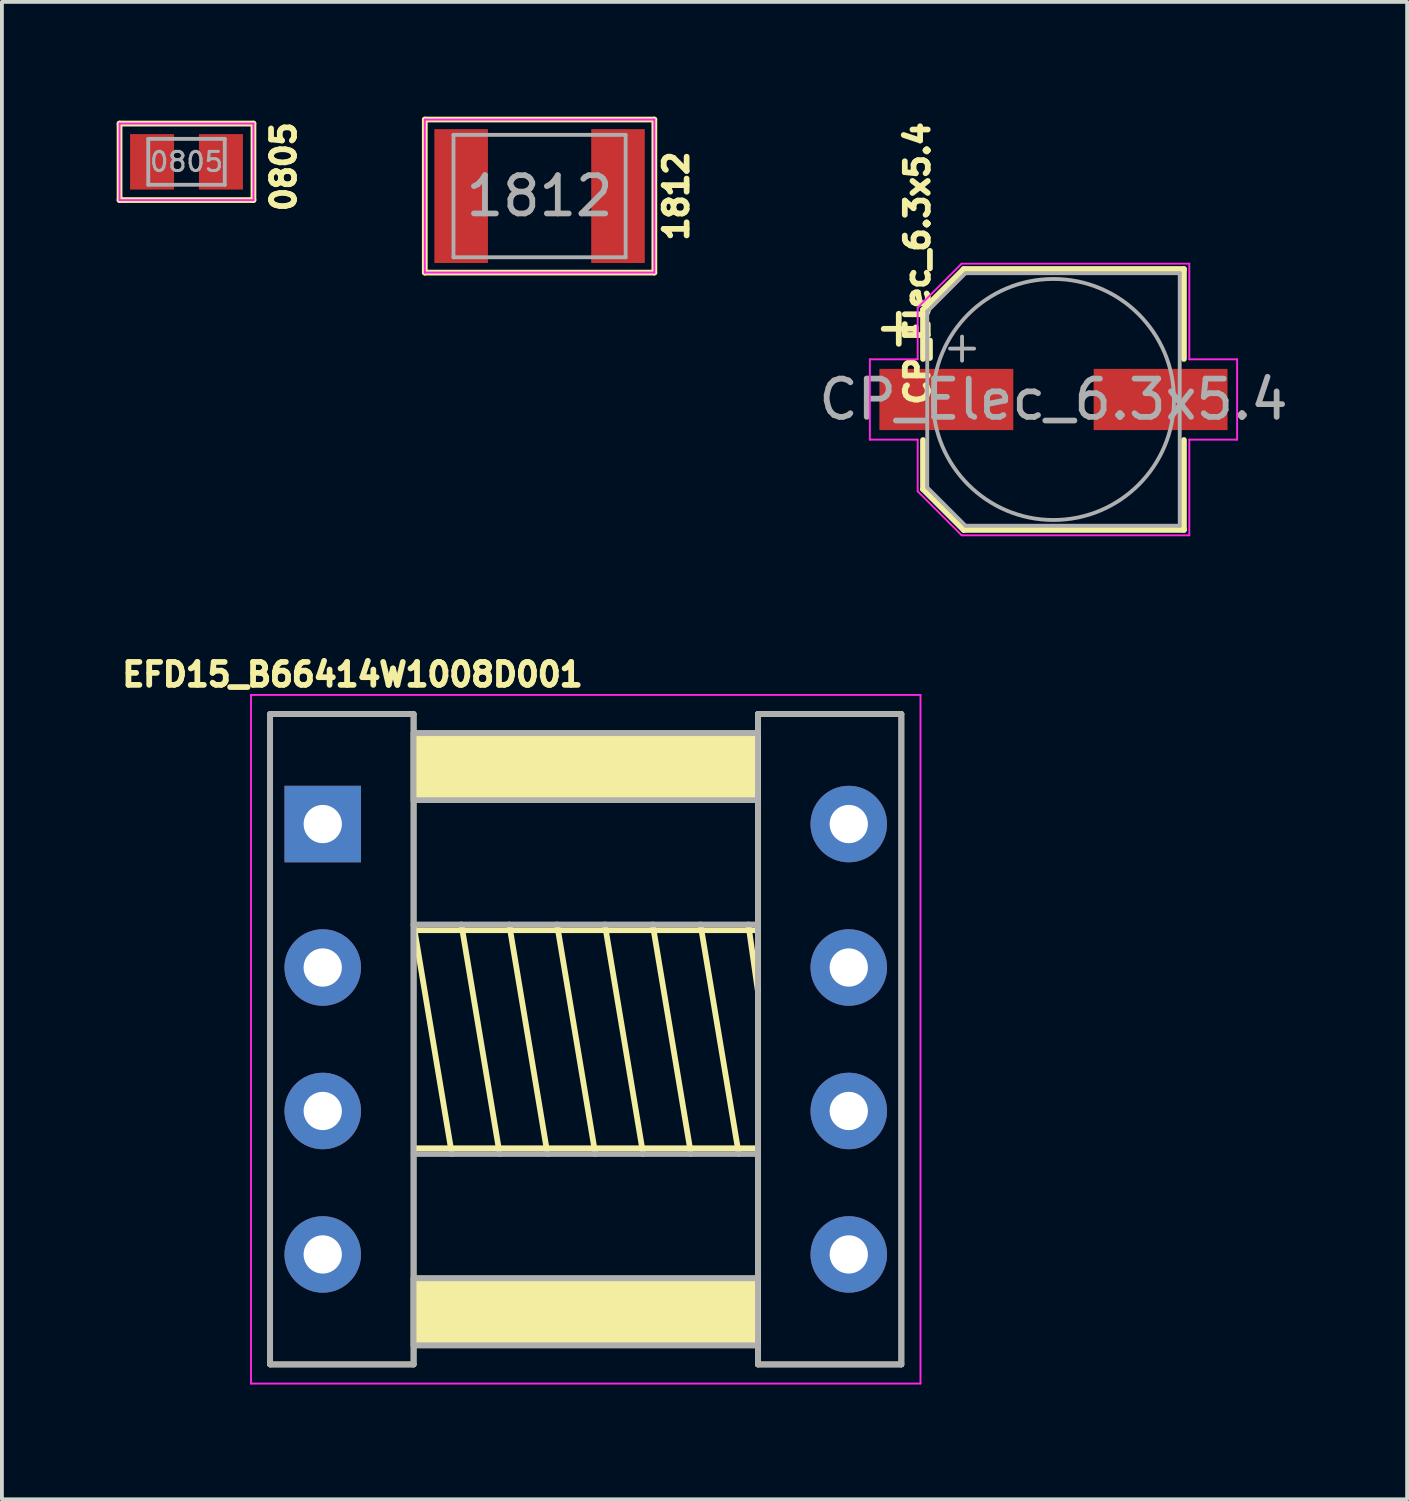
<source format=kicad_pcb>
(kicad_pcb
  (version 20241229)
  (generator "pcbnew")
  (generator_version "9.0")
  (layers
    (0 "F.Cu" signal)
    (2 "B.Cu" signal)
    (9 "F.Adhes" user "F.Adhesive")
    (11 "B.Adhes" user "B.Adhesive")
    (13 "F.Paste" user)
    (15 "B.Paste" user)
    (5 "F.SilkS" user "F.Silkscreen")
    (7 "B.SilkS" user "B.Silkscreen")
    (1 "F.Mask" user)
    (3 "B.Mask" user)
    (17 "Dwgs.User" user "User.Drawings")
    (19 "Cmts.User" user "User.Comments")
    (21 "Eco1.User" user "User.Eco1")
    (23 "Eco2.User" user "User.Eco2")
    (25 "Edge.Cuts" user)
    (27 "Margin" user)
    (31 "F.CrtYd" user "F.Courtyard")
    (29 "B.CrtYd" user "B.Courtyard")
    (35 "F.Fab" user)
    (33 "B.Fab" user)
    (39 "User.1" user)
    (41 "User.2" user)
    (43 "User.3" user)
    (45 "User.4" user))
  (footprint "CP_Elec_6.3x5.4"
    (layer "F.Cu")
    (at 24.487 7.392)
    (property "Reference" "CP_Elec_6.3x5.4" (at -3.556 -3.556 90) (layer "F.SilkS") (effects (font (size 0.6 0.6) (thickness 0.15))))
    (attr smd)
    (fp_line (start -4.438 -1.847) (end -3.65 -1.847) (stroke (width 0.15) (type solid)) (layer "F.SilkS"))
    (fp_line (start -4.044 -2.241) (end -4.044 -1.454) (stroke (width 0.15) (type solid)) (layer "F.SilkS"))
    (fp_line (start -3.41 -2.346) (end -3.41 -1.06) (stroke (width 0.15) (type solid)) (layer "F.SilkS"))
    (fp_line (start -3.41 -2.346) (end -2.346 -3.41) (stroke (width 0.15) (type solid)) (layer "F.SilkS"))
    (fp_line (start -3.41 2.346) (end -3.41 1.06) (stroke (width 0.15) (type solid)) (layer "F.SilkS"))
    (fp_line (start -3.41 2.346) (end -2.346 3.41) (stroke (width 0.15) (type solid)) (layer "F.SilkS"))
    (fp_line (start -2.346 -3.41) (end 3.41 -3.41) (stroke (width 0.15) (type solid)) (layer "F.SilkS"))
    (fp_line (start -2.346 3.41) (end 3.41 3.41) (stroke (width 0.15) (type solid)) (layer "F.SilkS"))
    (fp_line (start 3.41 -3.41) (end 3.41 -1.06) (stroke (width 0.15) (type solid)) (layer "F.SilkS"))
    (fp_line (start 3.41 3.41) (end 3.41 1.06) (stroke (width 0.15) (type solid)) (layer "F.SilkS"))
    (fp_line (start -4.8 -1.05) (end -4.8 1.05) (stroke (width 0.05) (type solid)) (layer "F.CrtYd"))
    (fp_line (start -4.8 1.05) (end -3.55 1.05) (stroke (width 0.05) (type solid)) (layer "F.CrtYd"))
    (fp_line (start -3.55 -2.4) (end -3.55 -1.05) (stroke (width 0.05) (type solid)) (layer "F.CrtYd"))
    (fp_line (start -3.55 -2.4) (end -2.4 -3.55) (stroke (width 0.05) (type solid)) (layer "F.CrtYd"))
    (fp_line (start -3.55 -1.05) (end -4.8 -1.05) (stroke (width 0.05) (type solid)) (layer "F.CrtYd"))
    (fp_line (start -3.55 1.05) (end -3.55 2.4) (stroke (width 0.05) (type solid)) (layer "F.CrtYd"))
    (fp_line (start -3.55 2.4) (end -2.4 3.55) (stroke (width 0.05) (type solid)) (layer "F.CrtYd"))
    (fp_line (start -2.4 -3.55) (end 3.55 -3.55) (stroke (width 0.05) (type solid)) (layer "F.CrtYd"))
    (fp_line (start -2.4 3.55) (end 3.55 3.55) (stroke (width 0.05) (type solid)) (layer "F.CrtYd"))
    (fp_line (start 3.55 -3.55) (end 3.55 -1.05) (stroke (width 0.05) (type solid)) (layer "F.CrtYd"))
    (fp_line (start 3.55 -1.05) (end 4.8 -1.05) (stroke (width 0.05) (type solid)) (layer "F.CrtYd"))
    (fp_line (start 3.55 1.05) (end 3.55 3.55) (stroke (width 0.05) (type solid)) (layer "F.CrtYd"))
    (fp_line (start 4.8 -1.05) (end 4.8 1.05) (stroke (width 0.05) (type solid)) (layer "F.CrtYd"))
    (fp_line (start 4.8 1.05) (end 3.55 1.05) (stroke (width 0.05) (type solid)) (layer "F.CrtYd"))
    (fp_line (start -3.3 -2.3) (end -3.3 2.3) (stroke (width 0.1) (type solid)) (layer "F.Fab"))
    (fp_line (start -3.3 -2.3) (end -2.3 -3.3) (stroke (width 0.1) (type solid)) (layer "F.Fab"))
    (fp_line (start -3.3 2.3) (end -2.3 3.3) (stroke (width 0.1) (type solid)) (layer "F.Fab"))
    (fp_line (start -2.705 -1.33) (end -2.075 -1.33) (stroke (width 0.1) (type solid)) (layer "F.Fab"))
    (fp_line (start -2.39 -1.645) (end -2.39 -1.015) (stroke (width 0.1) (type solid)) (layer "F.Fab"))
    (fp_line (start -2.3 -3.3) (end 3.3 -3.3) (stroke (width 0.1) (type solid)) (layer "F.Fab"))
    (fp_line (start -2.3 3.3) (end 3.3 3.3) (stroke (width 0.1) (type solid)) (layer "F.Fab"))
    (fp_line (start 3.3 -3.3) (end 3.3 3.3) (stroke (width 0.1) (type solid)) (layer "F.Fab"))
    (fp_circle (center 0 0) (end 3.15 0) (stroke (width 0.1) (type solid)) (fill no) (layer "F.Fab"))
    (fp_text user "${REFERENCE}" (at 0 0 180) (layer "F.Fab") (effects (font (size 1 1) (thickness 0.15))))
    (pad "1" smd rect (at -2.8 0) (size 3.5 1.6) (layers "F.Cu" "F.Mask" "F.Paste"))
    (pad "2" smd rect (at 2.8 0) (size 3.5 1.6) (layers "F.Cu" "F.Mask" "F.Paste")))
  (footprint "0805"
    (layer "F.Cu")
    (at 1.825 1.18)
    (property "Reference" "0805" (at 2.54 0.128 90) (layer "F.SilkS") (effects (font (size 0.6 0.6) (thickness 0.15))))
    (attr smd)
    (fp_line (start -1.75 -1) (end 1.75 -1) (stroke (width 0.15) (type solid)) (layer "F.SilkS"))
    (fp_line (start -1.75 1) (end -1.75 -1) (stroke (width 0.15) (type solid)) (layer "F.SilkS"))
    (fp_line (start 1.75 -1) (end 1.75 1) (stroke (width 0.15) (type solid)) (layer "F.SilkS"))
    (fp_line (start 1.75 1) (end -1.75 1) (stroke (width 0.15) (type solid)) (layer "F.SilkS"))
    (fp_line (start -1.75 -1) (end 1.75 -1) (stroke (width 0.05) (type solid)) (layer "F.CrtYd"))
    (fp_line (start -1.75 1) (end -1.75 -1) (stroke (width 0.05) (type solid)) (layer "F.CrtYd"))
    (fp_line (start 1.75 -1) (end 1.75 1) (stroke (width 0.05) (type solid)) (layer "F.CrtYd"))
    (fp_line (start 1.75 1) (end -1.75 1) (stroke (width 0.05) (type solid)) (layer "F.CrtYd"))
    (fp_line (start -1 -0.6) (end 1 -0.6) (stroke (width 0.1) (type solid)) (layer "F.Fab"))
    (fp_line (start -1 0.6) (end -1 -0.6) (stroke (width 0.1) (type solid)) (layer "F.Fab"))
    (fp_line (start 1 -0.6) (end 1 0.6) (stroke (width 0.1) (type solid)) (layer "F.Fab"))
    (fp_line (start 1 0.6) (end -1 0.6) (stroke (width 0.1) (type solid)) (layer "F.Fab"))
    (fp_text user "${REFERENCE}" (at 0 0 0) (layer "F.Fab") (effects (font (size 0.5 0.5) (thickness 0.08))))
    (pad "1" smd rect (at -0.9 0) (size 1.15 1.45) (layers "F.Cu" "F.Mask" "F.Paste"))
    (pad "2" smd rect (at 0.9 0) (size 1.15 1.45) (layers "F.Cu" "F.Mask" "F.Paste")))
  (footprint "1812"
    (layer "F.Cu")
    (at 11.054 2.075)
    (property "Reference" "1812" (at 3.574 0 90) (layer "F.SilkS") (effects (font (size 0.6 0.6) (thickness 0.15))))
    (attr smd)
    (fp_line (start -3 -2) (end 3 -2) (stroke (width 0.15) (type solid)) (layer "F.SilkS"))
    (fp_line (start -3 2) (end -3 -2) (stroke (width 0.15) (type solid)) (layer "F.SilkS"))
    (fp_line (start 3 -2) (end 3 2) (stroke (width 0.15) (type solid)) (layer "F.SilkS"))
    (fp_line (start 3 2) (end -3 2) (stroke (width 0.15) (type solid)) (layer "F.SilkS"))
    (fp_line (start -3 -2) (end 3 -2) (stroke (width 0.05) (type solid)) (layer "F.CrtYd"))
    (fp_line (start -3 2) (end -3 -2) (stroke (width 0.05) (type solid)) (layer "F.CrtYd"))
    (fp_line (start 3 -2) (end 3 2) (stroke (width 0.05) (type solid)) (layer "F.CrtYd"))
    (fp_line (start 3 2) (end -3 2) (stroke (width 0.05) (type solid)) (layer "F.CrtYd"))
    (fp_line (start -2.25 -1.6) (end 2.25 -1.6) (stroke (width 0.1) (type solid)) (layer "F.Fab"))
    (fp_line (start -2.25 1.6) (end -2.25 -1.6) (stroke (width 0.1) (type solid)) (layer "F.Fab"))
    (fp_line (start 2.25 -1.6) (end 2.25 1.6) (stroke (width 0.1) (type solid)) (layer "F.Fab"))
    (fp_line (start 2.25 1.6) (end -2.25 1.6) (stroke (width 0.1) (type solid)) (layer "F.Fab"))
    (fp_text user "${REFERENCE}" (at 0 0 0) (layer "F.Fab") (effects (font (size 1 1) (thickness 0.15))))
    (pad "1" smd rect (at -2.05 0) (size 1.4 3.5) (layers "F.Cu" "F.Mask" "F.Paste"))
    (pad "2" smd rect (at 2.05 0) (size 1.4 3.5) (layers "F.Cu" "F.Mask" "F.Paste")))
  (footprint "EFD15_B66414W1008D001"
    (layer "F.Cu")
    (at 12.261 24.115)
    (property "Reference" "EFD15_B66414W1008D001" (at -6.096 -9.533 0) (layer "F.SilkS") (effects (font (size 0.6 0.6) (thickness 0.15))))
    (attr through_hole)
    (fp_line (start -8.25 -8.5) (end -8.25 8.5) (stroke (width 0.15) (type solid)) (layer "F.SilkS"))
    (fp_line (start -8.25 -8.5) (end -4.5 -8.5) (stroke (width 0.15) (type solid)) (layer "F.SilkS"))
    (fp_line (start -4.5 -8.5) (end -4.5 8.5) (stroke (width 0.15) (type solid)) (layer "F.SilkS"))
    (fp_line (start -4.5 8.5) (end -8.25 8.5) (stroke (width 0.15) (type solid)) (layer "F.SilkS"))
    (fp_line (start -4.425 -2.85) (end 4.425 -2.85) (stroke (width 0.15) (type solid)) (layer "F.SilkS"))
    (fp_line (start -4.425 2.85) (end 4.425 2.85) (stroke (width 0.15) (type solid)) (layer "F.SilkS"))
    (fp_line (start -3.5 3) (end -4.5 -3) (stroke (width 0.15) (type solid)) (layer "F.SilkS"))
    (fp_line (start -2.25 3) (end -3.25 -3) (stroke (width 0.15) (type solid)) (layer "F.SilkS"))
    (fp_line (start -1 3) (end -2 -3) (stroke (width 0.15) (type solid)) (layer "F.SilkS"))
    (fp_line (start 0.25 3) (end -0.75 -3) (stroke (width 0.15) (type solid)) (layer "F.SilkS"))
    (fp_line (start 1.5 3) (end 0.5 -3) (stroke (width 0.15) (type solid)) (layer "F.SilkS"))
    (fp_line (start 2.75 3) (end 1.75 -3) (stroke (width 0.15) (type solid)) (layer "F.SilkS"))
    (fp_line (start 4 3) (end 3 -3) (stroke (width 0.15) (type solid)) (layer "F.SilkS"))
    (fp_line (start 4.25 -3) (end 4.5 -1.25) (stroke (width 0.15) (type solid)) (layer "F.SilkS"))
    (fp_line (start 4.5 -8.5) (end 4.5 8.5) (stroke (width 0.15) (type solid)) (layer "F.SilkS"))
    (fp_line (start 4.5 8.5) (end 8.25 8.5) (stroke (width 0.15) (type solid)) (layer "F.SilkS"))
    (fp_line (start 8.25 -8.5) (end 4.5 -8.5) (stroke (width 0.15) (type solid)) (layer "F.SilkS"))
    (fp_line (start 8.25 -8.5) (end 8.25 8.5) (stroke (width 0.15) (type solid)) (layer "F.SilkS"))
    (fp_poly (pts (xy -4.5 8) (xy 4.5 8) (xy 4.5 6.25) (xy -4.5 6.25)) (stroke (width 0.15) (type solid)) (fill yes) (layer "F.SilkS"))
    (fp_poly (pts (xy 4.5 -8) (xy -4.5 -8) (xy -4.5 -6.25) (xy 4.5 -6.25)) (stroke (width 0.15) (type solid)) (fill yes) (layer "F.SilkS"))
    (fp_line (start -8.75 -9) (end 8.75 -9) (stroke (width 0.05) (type solid)) (layer "F.CrtYd"))
    (fp_line (start -8.75 9) (end -8.75 -9) (stroke (width 0.05) (type solid)) (layer "F.CrtYd"))
    (fp_line (start 8.75 -9) (end 8.75 9) (stroke (width 0.05) (type solid)) (layer "F.CrtYd"))
    (fp_line (start 8.75 9) (end -8.75 9) (stroke (width 0.05) (type solid)) (layer "F.CrtYd"))
    (fp_line (start -8.25 -8.5) (end -4.5 -8.5) (stroke (width 0.15) (type solid)) (layer "F.Fab"))
    (fp_line (start -8.25 8.5) (end -8.25 -8.5) (stroke (width 0.15) (type solid)) (layer "F.Fab"))
    (fp_line (start -4.5 -8.5) (end -4.5 8.5) (stroke (width 0.15) (type solid)) (layer "F.Fab"))
    (fp_line (start -4.5 -6.25) (end 4.5 -6.25) (stroke (width 0.15) (type solid)) (layer "F.Fab"))
    (fp_line (start -4.5 6.25) (end 4.5 6.25) (stroke (width 0.15) (type solid)) (layer "F.Fab"))
    (fp_line (start -4.5 8.5) (end -8.25 8.5) (stroke (width 0.15) (type solid)) (layer "F.Fab"))
    (fp_line (start 4.5 -8.5) (end 8.25 -8.5) (stroke (width 0.15) (type solid)) (layer "F.Fab"))
    (fp_line (start 4.5 -8) (end -4.5 -8) (stroke (width 0.15) (type solid)) (layer "F.Fab"))
    (fp_line (start 4.5 -3) (end -4.5 -3) (stroke (width 0.15) (type solid)) (layer "F.Fab"))
    (fp_line (start 4.5 3) (end -4.5 3) (stroke (width 0.15) (type solid)) (layer "F.Fab"))
    (fp_line (start 4.5 8) (end -4.5 8) (stroke (width 0.15) (type solid)) (layer "F.Fab"))
    (fp_line (start 4.5 8.5) (end 4.5 -8.5) (stroke (width 0.15) (type solid)) (layer "F.Fab"))
    (fp_line (start 8.25 -8.5) (end 8.25 8.5) (stroke (width 0.15) (type solid)) (layer "F.Fab"))
    (fp_line (start 8.25 8.5) (end 4.5 8.5) (stroke (width 0.15) (type solid)) (layer "F.Fab"))
    (pad "1" thru_hole rect (at -6.875 -5.625) (size 2 2) (drill 1) (layers "*.Cu" "*.Mask"))
    (pad "2" thru_hole circle (at -6.875 -1.875) (size 2 2) (drill 1) (layers "*.Cu" "*.Mask"))
    (pad "3" thru_hole circle (at -6.875 1.875) (size 2 2) (drill 1) (layers "*.Cu" "*.Mask"))
    (pad "4" thru_hole circle (at -6.875 5.625) (size 2 2) (drill 1) (layers "*.Cu" "*.Mask"))
    (pad "5" thru_hole circle (at 6.875 5.625) (size 2 2) (drill 1) (layers "*.Cu" "*.Mask"))
    (pad "6" thru_hole circle (at 6.875 1.875) (size 2 2) (drill 1) (layers "*.Cu" "*.Mask"))
    (pad "7" thru_hole circle (at 6.875 -1.875) (size 2 2) (drill 1) (layers "*.Cu" "*.Mask"))
    (pad "8" thru_hole circle (at 6.875 -5.625) (size 2 2) (drill 1) (layers "*.Cu" "*.Mask")))
  (gr_rect
    (start -3 -3)
    (end 33.731 36.14)
    (stroke (width 0.1) (type default))
    (fill no)
    (layer "Edge.Cuts")))
</source>
